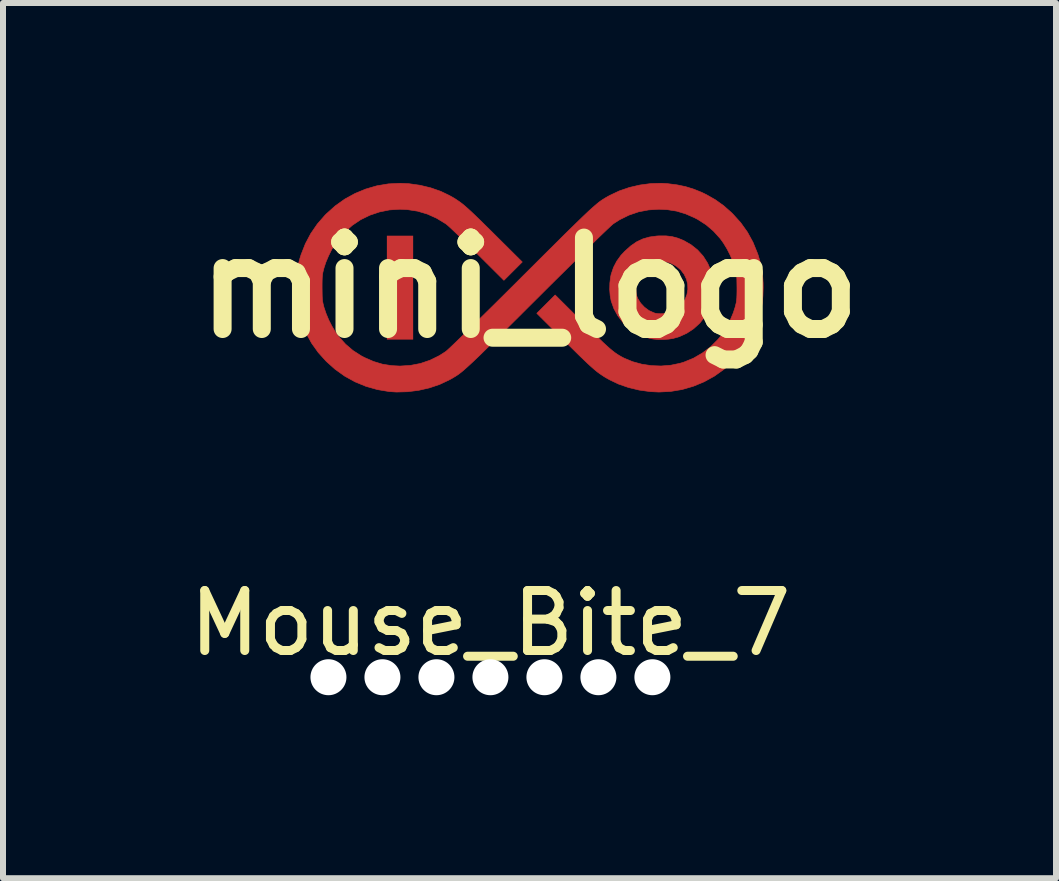
<source format=kicad_pcb>
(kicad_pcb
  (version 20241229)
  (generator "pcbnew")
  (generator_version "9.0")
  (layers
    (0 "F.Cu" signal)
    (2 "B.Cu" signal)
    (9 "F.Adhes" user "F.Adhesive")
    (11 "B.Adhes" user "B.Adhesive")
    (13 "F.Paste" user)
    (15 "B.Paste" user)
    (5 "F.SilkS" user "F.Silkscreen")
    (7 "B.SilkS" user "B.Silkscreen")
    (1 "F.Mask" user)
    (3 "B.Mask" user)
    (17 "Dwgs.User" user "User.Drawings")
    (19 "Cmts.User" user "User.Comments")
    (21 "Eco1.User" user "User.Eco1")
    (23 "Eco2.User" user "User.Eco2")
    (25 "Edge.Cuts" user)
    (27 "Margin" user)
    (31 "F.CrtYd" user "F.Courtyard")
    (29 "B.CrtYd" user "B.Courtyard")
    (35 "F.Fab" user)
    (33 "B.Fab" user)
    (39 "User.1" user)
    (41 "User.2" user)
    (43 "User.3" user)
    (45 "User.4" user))
  (footprint "Mouse_Bite_7"
    (layer "F.Cu")
    (at 5.125 8.339)
    (property "Reference" "Mouse_Bite_7" (at 0 -1 180) (layer "F.SilkS") (effects (font (size 1 1) (thickness 0.15))))
    (attr exclude_from_pos_files exclude_from_bom)
    (fp_arc (start -2.25 -1) (mid -2.542893 -0.292893) (end -3.25 0) (stroke (width 0.05) (type solid)) (layer "Eco1.User"))
    (fp_arc (start 3.25 0) (mid 2.542893 -0.292893) (end 2.25 -1) (stroke (width 0.05) (type solid)) (layer "Eco1.User"))
    (pad "" np_thru_hole circle (at -2.7 -0.1) (size 0.6 0.6) (drill 0.6) (layers "*.Cu" "*.Mask"))
    (pad "" np_thru_hole circle (at -1.8 -0.1) (size 0.6 0.6) (drill 0.6) (layers "*.Cu" "*.Mask"))
    (pad "" np_thru_hole circle (at -0.9 -0.1) (size 0.6 0.6) (drill 0.6) (layers "*.Cu" "*.Mask"))
    (pad "" np_thru_hole circle (at 0 -0.1) (size 0.6 0.6) (drill 0.6) (layers "*.Cu" "*.Mask"))
    (pad "" np_thru_hole circle (at 0.9 -0.1) (size 0.6 0.6) (drill 0.6) (layers "*.Cu" "*.Mask"))
    (pad "" np_thru_hole circle (at 1.8 -0.1) (size 0.6 0.6) (drill 0.6) (layers "*.Cu" "*.Mask"))
    (pad "" np_thru_hole circle (at 2.7 -0.1) (size 0.6 0.6) (drill 0.6) (layers "*.Cu" "*.Mask")))
  (footprint "mini_logo"
    (layer "F.Cu")
    (at 5.777 1.745)
    (property "Reference" "mini_logo" (at 0 0 0) (layer "F.SilkS") (effects (font (size 1.524 1.524) (thickness 0.3))))
    (attr through_hole)
    (fp_poly (pts (xy -1.94 0.866) (xy -2.378 0.866) (xy -2.378 -0.866) (xy -1.94 -0.866) (xy -1.94 0.866)) (stroke (width 0) (type solid)) (fill yes) (layer "F.Cu"))
    (fp_poly (pts (xy 2.275 -0.863) (xy 2.376 -0.851) (xy 2.473 -0.825) (xy 2.569 -0.786) (xy 2.693 -0.715) (xy 2.802 -0.628) (xy 2.895 -0.525) (xy 2.969 -0.408) (xy 3.025 -0.279) (xy 3.039 -0.236) (xy 3.057 -0.146) (xy 3.066 -0.043) (xy 3.065 0.063) (xy 3.054 0.165) (xy 3.039 0.236) (xy 2.99 0.366) (xy 2.922 0.485) (xy 2.837 0.592) (xy 2.736 0.684) (xy 2.623 0.759) (xy 2.499 0.816) (xy 2.393 0.847) (xy 2.321 0.858) (xy 2.237 0.864) (xy 2.149 0.864) (xy 2.068 0.857) (xy 2.015 0.849) (xy 1.884 0.809) (xy 1.762 0.748) (xy 1.651 0.67) (xy 1.553 0.576) (xy 1.471 0.468) (xy 1.406 0.349) (xy 1.361 0.223) (xy 1.344 0.131) (xy 1.336 0.029) (xy 1.337 0) (xy 1.772 0) (xy 1.773 0.056) (xy 1.777 0.096) (xy 1.784 0.13) (xy 1.798 0.165) (xy 1.805 0.182) (xy 1.852 0.258) (xy 1.916 0.326) (xy 1.991 0.382) (xy 2.073 0.419) (xy 2.098 0.427) (xy 2.132 0.432) (xy 2.179 0.435) (xy 2.225 0.434) (xy 2.276 0.43) (xy 2.319 0.42) (xy 2.365 0.403) (xy 2.395 0.388) (xy 2.478 0.336) (xy 2.544 0.271) (xy 2.593 0.196) (xy 2.624 0.115) (xy 2.639 0.029) (xy 2.636 -0.057) (xy 2.616 -0.141) (xy 2.578 -0.221) (xy 2.524 -0.293) (xy 2.452 -0.355) (xy 2.393 -0.389) (xy 2.348 -0.411) (xy 2.314 -0.423) (xy 2.28 -0.43) (xy 2.239 -0.432) (xy 2.2 -0.433) (xy 2.144 -0.431) (xy 2.103 -0.427) (xy 2.068 -0.418) (xy 2.031 -0.402) (xy 2.029 -0.402) (xy 1.953 -0.356) (xy 1.884 -0.295) (xy 1.829 -0.225) (xy 1.805 -0.182) (xy 1.789 -0.144) (xy 1.779 -0.11) (xy 1.774 -0.073) (xy 1.772 -0.025) (xy 1.772 0) (xy 1.337 0) (xy 1.339 -0.077) (xy 1.351 -0.176) (xy 1.361 -0.223) (xy 1.4 -0.338) (xy 1.454 -0.442) (xy 1.525 -0.54) (xy 1.587 -0.606) (xy 1.686 -0.695) (xy 1.784 -0.763) (xy 1.887 -0.812) (xy 1.998 -0.844) (xy 2.122 -0.861) (xy 2.16 -0.863) (xy 2.275 -0.863)) (stroke (width 0.01) (type solid)) (fill yes) (layer "F.Cu"))
    (fp_poly (pts (xy -2.011 -1.733) (xy -1.826 -1.707) (xy -1.648 -1.664) (xy -1.481 -1.606) (xy -1.339 -1.538) (xy -1.292 -1.512) (xy -1.249 -1.487) (xy -1.208 -1.46) (xy -1.167 -1.432) (xy -1.124 -1.4) (xy -1.078 -1.362) (xy -1.028 -1.318) (xy -0.97 -1.265) (xy -0.905 -1.203) (xy -0.829 -1.13) (xy -0.741 -1.043) (xy -0.639 -0.943) (xy -0.589 -0.893) (xy -0.121 -0.428) (xy -0.274 -0.275) (xy -0.427 -0.122) (xy -0.874 -0.567) (xy -0.961 -0.653) (xy -1.045 -0.735) (xy -1.124 -0.812) (xy -1.197 -0.882) (xy -1.262 -0.944) (xy -1.316 -0.995) (xy -1.359 -1.034) (xy -1.389 -1.059) (xy -1.397 -1.065) (xy -1.548 -1.157) (xy -1.704 -1.227) (xy -1.866 -1.275) (xy -2.035 -1.301) (xy -2.159 -1.307) (xy -2.333 -1.296) (xy -2.501 -1.262) (xy -2.661 -1.208) (xy -2.813 -1.134) (xy -2.954 -1.039) (xy -3.082 -0.926) (xy -3.18 -0.817) (xy -3.239 -0.734) (xy -3.298 -0.635) (xy -3.351 -0.528) (xy -3.396 -0.421) (xy -3.426 -0.329) (xy -3.437 -0.286) (xy -3.446 -0.249) (xy -3.451 -0.212) (xy -3.455 -0.171) (xy -3.457 -0.121) (xy -3.458 -0.056) (xy -3.458 0) (xy -3.457 0.078) (xy -3.456 0.138) (xy -3.454 0.184) (xy -3.45 0.223) (xy -3.443 0.26) (xy -3.434 0.298) (xy -3.426 0.329) (xy -3.392 0.43) (xy -3.347 0.538) (xy -3.293 0.644) (xy -3.234 0.742) (xy -3.18 0.817) (xy -3.067 0.942) (xy -2.943 1.048) (xy -2.803 1.138) (xy -2.749 1.166) (xy -2.6 1.231) (xy -2.451 1.276) (xy -2.298 1.3) (xy -2.159 1.307) (xy -1.985 1.296) (xy -1.818 1.264) (xy -1.657 1.209) (xy -1.503 1.133) (xy -1.397 1.065) (xy -1.378 1.049) (xy -1.344 1.018) (xy -1.295 0.972) (xy -1.231 0.911) (xy -1.153 0.835) (xy -1.062 0.747) (xy -0.959 0.646) (xy -0.844 0.532) (xy -0.717 0.407) (xy -0.579 0.271) (xy -0.432 0.125) (xy -0.275 -0.031) (xy -0.133 -0.173) (xy 0.034 -0.339) (xy 0.185 -0.49) (xy 0.322 -0.626) (xy 0.445 -0.748) (xy 0.555 -0.858) (xy 0.654 -0.955) (xy 0.742 -1.041) (xy 0.819 -1.116) (xy 0.887 -1.182) (xy 0.948 -1.24) (xy 1 -1.289) (xy 1.047 -1.331) (xy 1.088 -1.367) (xy 1.124 -1.398) (xy 1.156 -1.424) (xy 1.186 -1.446) (xy 1.214 -1.465) (xy 1.241 -1.482) (xy 1.267 -1.498) (xy 1.295 -1.514) (xy 1.324 -1.53) (xy 1.339 -1.538) (xy 1.495 -1.612) (xy 1.664 -1.67) (xy 1.841 -1.711) (xy 2.021 -1.735) (xy 2.199 -1.74) (xy 2.298 -1.734) (xy 2.457 -1.714) (xy 2.601 -1.684) (xy 2.737 -1.642) (xy 2.871 -1.588) (xy 2.947 -1.551) (xy 3.098 -1.465) (xy 3.236 -1.366) (xy 3.366 -1.251) (xy 3.388 -1.229) (xy 3.521 -1.082) (xy 3.633 -0.925) (xy 3.725 -0.757) (xy 3.799 -0.575) (xy 3.809 -0.548) (xy 3.845 -0.427) (xy 3.87 -0.314) (xy 3.886 -0.201) (xy 3.894 -0.078) (xy 3.895 0) (xy 3.891 0.132) (xy 3.881 0.249) (xy 3.861 0.362) (xy 3.831 0.477) (xy 3.809 0.548) (xy 3.737 0.731) (xy 3.647 0.901) (xy 3.538 1.06) (xy 3.409 1.208) (xy 3.388 1.229) (xy 3.24 1.362) (xy 3.08 1.476) (xy 2.909 1.57) (xy 2.73 1.644) (xy 2.544 1.698) (xy 2.352 1.73) (xy 2.157 1.74) (xy 2.011 1.733) (xy 1.826 1.707) (xy 1.648 1.664) (xy 1.481 1.606) (xy 1.339 1.538) (xy 1.292 1.512) (xy 1.249 1.487) (xy 1.208 1.46) (xy 1.167 1.432) (xy 1.124 1.4) (xy 1.078 1.362) (xy 1.028 1.318) (xy 0.97 1.265) (xy 0.905 1.203) (xy 0.829 1.13) (xy 0.741 1.043) (xy 0.639 0.943) (xy 0.589 0.893) (xy 0.121 0.428) (xy 0.274 0.275) (xy 0.427 0.122) (xy 0.88 0.573) (xy 0.987 0.68) (xy 1.079 0.771) (xy 1.159 0.848) (xy 1.227 0.914) (xy 1.286 0.968) (xy 1.337 1.014) (xy 1.383 1.052) (xy 1.423 1.083) (xy 1.462 1.11) (xy 1.499 1.133) (xy 1.536 1.154) (xy 1.576 1.175) (xy 1.718 1.234) (xy 1.872 1.276) (xy 2.032 1.3) (xy 2.194 1.306) (xy 2.355 1.293) (xy 2.509 1.261) (xy 2.572 1.242) (xy 2.733 1.176) (xy 2.882 1.089) (xy 3.019 0.985) (xy 3.141 0.863) (xy 3.18 0.817) (xy 3.239 0.734) (xy 3.298 0.635) (xy 3.351 0.528) (xy 3.396 0.421) (xy 3.426 0.329) (xy 3.437 0.286) (xy 3.446 0.249) (xy 3.451 0.212) (xy 3.455 0.171) (xy 3.457 0.121) (xy 3.458 0.056) (xy 3.458 0) (xy 3.457 -0.078) (xy 3.456 -0.138) (xy 3.454 -0.184) (xy 3.45 -0.223) (xy 3.443 -0.26) (xy 3.434 -0.298) (xy 3.426 -0.329) (xy 3.392 -0.43) (xy 3.347 -0.538) (xy 3.293 -0.644) (xy 3.234 -0.742) (xy 3.18 -0.817) (xy 3.067 -0.942) (xy 2.943 -1.048) (xy 2.803 -1.138) (xy 2.749 -1.166) (xy 2.6 -1.231) (xy 2.451 -1.276) (xy 2.298 -1.3) (xy 2.159 -1.307) (xy 1.985 -1.296) (xy 1.818 -1.264) (xy 1.657 -1.209) (xy 1.503 -1.133) (xy 1.397 -1.065) (xy 1.378 -1.049) (xy 1.344 -1.018) (xy 1.295 -0.972) (xy 1.231 -0.911) (xy 1.153 -0.836) (xy 1.063 -0.747) (xy 0.959 -0.646) (xy 0.844 -0.533) (xy 0.718 -0.408) (xy 0.581 -0.272) (xy 0.433 -0.126) (xy 0.277 0.029) (xy 0.133 0.173) (xy -0.034 0.339) (xy -0.185 0.49) (xy -0.322 0.626) (xy -0.445 0.748) (xy -0.556 0.858) (xy -0.654 0.955) (xy -0.742 1.041) (xy -0.819 1.117) (xy -0.888 1.183) (xy -0.948 1.24) (xy -1.001 1.289) (xy -1.047 1.331) (xy -1.088 1.367) (xy -1.124 1.398) (xy -1.157 1.424) (xy -1.186 1.446) (xy -1.214 1.465) (xy -1.241 1.482) (xy -1.268 1.498) (xy -1.295 1.514) (xy -1.324 1.53) (xy -1.339 1.538) (xy -1.498 1.613) (xy -1.67 1.671) (xy -1.85 1.712) (xy -2.034 1.735) (xy -2.218 1.74) (xy -2.34 1.732) (xy -2.537 1.699) (xy -2.727 1.645) (xy -2.909 1.57) (xy -3.081 1.475) (xy -3.243 1.359) (xy -3.388 1.229) (xy -3.521 1.082) (xy -3.633 0.925) (xy -3.725 0.757) (xy -3.799 0.575) (xy -3.809 0.548) (xy -3.845 0.427) (xy -3.87 0.314) (xy -3.886 0.201) (xy -3.894 0.078) (xy -3.895 0) (xy -3.891 -0.132) (xy -3.881 -0.249) (xy -3.861 -0.362) (xy -3.831 -0.477) (xy -3.809 -0.548) (xy -3.737 -0.731) (xy -3.647 -0.901) (xy -3.538 -1.06) (xy -3.409 -1.208) (xy -3.388 -1.229) (xy -3.24 -1.362) (xy -3.08 -1.476) (xy -2.909 -1.57) (xy -2.73 -1.644) (xy -2.544 -1.698) (xy -2.352 -1.73) (xy -2.157 -1.74) (xy -2.011 -1.733)) (stroke (width 0.01) (type solid)) (fill yes) (layer "F.Cu"))
    (fp_poly (pts (xy -1.94 0.866) (xy -2.378 0.866) (xy -2.378 -0.866) (xy -1.94 -0.866) (xy -1.94 0.866)) (stroke (width 0.01) (type solid)) (fill yes) (layer "F.Mask"))
    (fp_poly (pts (xy 2.275 -0.863) (xy 2.376 -0.851) (xy 2.473 -0.825) (xy 2.569 -0.786) (xy 2.693 -0.715) (xy 2.802 -0.628) (xy 2.895 -0.525) (xy 2.969 -0.408) (xy 3.025 -0.279) (xy 3.039 -0.236) (xy 3.057 -0.146) (xy 3.066 -0.043) (xy 3.065 0.063) (xy 3.054 0.165) (xy 3.039 0.236) (xy 2.99 0.366) (xy 2.922 0.485) (xy 2.837 0.592) (xy 2.736 0.684) (xy 2.623 0.759) (xy 2.499 0.816) (xy 2.393 0.847) (xy 2.321 0.858) (xy 2.237 0.864) (xy 2.149 0.864) (xy 2.068 0.857) (xy 2.015 0.849) (xy 1.884 0.809) (xy 1.762 0.748) (xy 1.651 0.67) (xy 1.553 0.576) (xy 1.471 0.468) (xy 1.406 0.349) (xy 1.361 0.223) (xy 1.344 0.131) (xy 1.336 0.029) (xy 1.337 0) (xy 1.772 0) (xy 1.773 0.056) (xy 1.777 0.096) (xy 1.784 0.13) (xy 1.798 0.165) (xy 1.805 0.182) (xy 1.852 0.258) (xy 1.916 0.326) (xy 1.991 0.382) (xy 2.073 0.419) (xy 2.098 0.427) (xy 2.132 0.432) (xy 2.179 0.435) (xy 2.225 0.434) (xy 2.276 0.43) (xy 2.319 0.42) (xy 2.365 0.403) (xy 2.395 0.388) (xy 2.478 0.336) (xy 2.544 0.271) (xy 2.593 0.196) (xy 2.624 0.115) (xy 2.639 0.029) (xy 2.636 -0.057) (xy 2.616 -0.141) (xy 2.578 -0.221) (xy 2.524 -0.293) (xy 2.452 -0.355) (xy 2.393 -0.389) (xy 2.348 -0.411) (xy 2.314 -0.423) (xy 2.28 -0.43) (xy 2.239 -0.432) (xy 2.2 -0.433) (xy 2.144 -0.431) (xy 2.103 -0.427) (xy 2.068 -0.418) (xy 2.031 -0.402) (xy 2.029 -0.402) (xy 1.953 -0.356) (xy 1.884 -0.295) (xy 1.829 -0.225) (xy 1.805 -0.182) (xy 1.789 -0.144) (xy 1.779 -0.11) (xy 1.774 -0.073) (xy 1.772 -0.025) (xy 1.772 0) (xy 1.337 0) (xy 1.339 -0.077) (xy 1.351 -0.176) (xy 1.361 -0.223) (xy 1.4 -0.338) (xy 1.454 -0.442) (xy 1.525 -0.54) (xy 1.587 -0.606) (xy 1.686 -0.695) (xy 1.784 -0.763) (xy 1.887 -0.812) (xy 1.998 -0.844) (xy 2.122 -0.861) (xy 2.16 -0.863) (xy 2.275 -0.863)) (stroke (width 0.01) (type solid)) (fill yes) (layer "F.Mask"))
    (fp_poly (pts (xy -2.011 -1.733) (xy -1.826 -1.707) (xy -1.648 -1.664) (xy -1.481 -1.606) (xy -1.339 -1.538) (xy -1.292 -1.512) (xy -1.249 -1.487) (xy -1.208 -1.46) (xy -1.167 -1.432) (xy -1.124 -1.4) (xy -1.078 -1.362) (xy -1.028 -1.318) (xy -0.97 -1.265) (xy -0.905 -1.203) (xy -0.829 -1.13) (xy -0.741 -1.043) (xy -0.639 -0.943) (xy -0.589 -0.893) (xy -0.121 -0.428) (xy -0.274 -0.275) (xy -0.427 -0.122) (xy -0.874 -0.567) (xy -0.961 -0.653) (xy -1.045 -0.735) (xy -1.124 -0.812) (xy -1.197 -0.882) (xy -1.262 -0.944) (xy -1.316 -0.995) (xy -1.359 -1.034) (xy -1.389 -1.059) (xy -1.397 -1.065) (xy -1.548 -1.157) (xy -1.704 -1.227) (xy -1.866 -1.275) (xy -2.035 -1.301) (xy -2.159 -1.307) (xy -2.333 -1.296) (xy -2.501 -1.262) (xy -2.661 -1.208) (xy -2.813 -1.134) (xy -2.954 -1.039) (xy -3.082 -0.926) (xy -3.18 -0.817) (xy -3.239 -0.734) (xy -3.298 -0.635) (xy -3.351 -0.528) (xy -3.396 -0.421) (xy -3.426 -0.329) (xy -3.437 -0.286) (xy -3.446 -0.249) (xy -3.451 -0.212) (xy -3.455 -0.171) (xy -3.457 -0.121) (xy -3.458 -0.056) (xy -3.458 0) (xy -3.457 0.078) (xy -3.456 0.138) (xy -3.454 0.184) (xy -3.45 0.223) (xy -3.443 0.26) (xy -3.434 0.298) (xy -3.426 0.329) (xy -3.392 0.43) (xy -3.347 0.538) (xy -3.293 0.644) (xy -3.234 0.742) (xy -3.18 0.817) (xy -3.067 0.942) (xy -2.943 1.048) (xy -2.803 1.138) (xy -2.749 1.166) (xy -2.6 1.231) (xy -2.451 1.276) (xy -2.298 1.3) (xy -2.159 1.307) (xy -1.985 1.296) (xy -1.818 1.264) (xy -1.657 1.209) (xy -1.503 1.133) (xy -1.397 1.065) (xy -1.378 1.049) (xy -1.344 1.018) (xy -1.295 0.972) (xy -1.231 0.911) (xy -1.153 0.835) (xy -1.062 0.747) (xy -0.959 0.646) (xy -0.844 0.532) (xy -0.717 0.407) (xy -0.579 0.271) (xy -0.432 0.125) (xy -0.275 -0.031) (xy -0.133 -0.173) (xy 0.034 -0.339) (xy 0.185 -0.49) (xy 0.322 -0.626) (xy 0.445 -0.748) (xy 0.555 -0.858) (xy 0.654 -0.955) (xy 0.742 -1.041) (xy 0.819 -1.116) (xy 0.887 -1.182) (xy 0.948 -1.24) (xy 1 -1.289) (xy 1.047 -1.331) (xy 1.088 -1.367) (xy 1.124 -1.398) (xy 1.156 -1.424) (xy 1.186 -1.446) (xy 1.214 -1.465) (xy 1.241 -1.482) (xy 1.267 -1.498) (xy 1.295 -1.514) (xy 1.324 -1.53) (xy 1.339 -1.538) (xy 1.495 -1.612) (xy 1.664 -1.67) (xy 1.841 -1.711) (xy 2.021 -1.735) (xy 2.199 -1.74) (xy 2.298 -1.734) (xy 2.457 -1.714) (xy 2.601 -1.684) (xy 2.737 -1.642) (xy 2.871 -1.588) (xy 2.947 -1.551) (xy 3.098 -1.465) (xy 3.236 -1.366) (xy 3.366 -1.251) (xy 3.388 -1.229) (xy 3.521 -1.082) (xy 3.633 -0.925) (xy 3.725 -0.757) (xy 3.799 -0.575) (xy 3.809 -0.548) (xy 3.845 -0.427) (xy 3.87 -0.314) (xy 3.886 -0.201) (xy 3.894 -0.078) (xy 3.895 0) (xy 3.891 0.132) (xy 3.881 0.249) (xy 3.861 0.362) (xy 3.831 0.477) (xy 3.809 0.548) (xy 3.737 0.731) (xy 3.647 0.901) (xy 3.538 1.06) (xy 3.409 1.208) (xy 3.388 1.229) (xy 3.24 1.362) (xy 3.08 1.476) (xy 2.909 1.57) (xy 2.73 1.644) (xy 2.544 1.698) (xy 2.352 1.73) (xy 2.157 1.74) (xy 2.011 1.733) (xy 1.826 1.707) (xy 1.648 1.664) (xy 1.481 1.606) (xy 1.339 1.538) (xy 1.292 1.512) (xy 1.249 1.487) (xy 1.208 1.46) (xy 1.167 1.432) (xy 1.124 1.4) (xy 1.078 1.362) (xy 1.028 1.318) (xy 0.97 1.265) (xy 0.905 1.203) (xy 0.829 1.13) (xy 0.741 1.043) (xy 0.639 0.943) (xy 0.589 0.893) (xy 0.121 0.428) (xy 0.274 0.275) (xy 0.427 0.122) (xy 0.88 0.573) (xy 0.987 0.68) (xy 1.079 0.771) (xy 1.159 0.848) (xy 1.227 0.914) (xy 1.286 0.968) (xy 1.337 1.014) (xy 1.383 1.052) (xy 1.423 1.083) (xy 1.462 1.11) (xy 1.499 1.133) (xy 1.536 1.154) (xy 1.576 1.175) (xy 1.718 1.234) (xy 1.872 1.276) (xy 2.032 1.3) (xy 2.194 1.306) (xy 2.355 1.293) (xy 2.509 1.261) (xy 2.572 1.242) (xy 2.733 1.176) (xy 2.882 1.089) (xy 3.019 0.985) (xy 3.141 0.863) (xy 3.18 0.817) (xy 3.239 0.734) (xy 3.298 0.635) (xy 3.351 0.528) (xy 3.396 0.421) (xy 3.426 0.329) (xy 3.437 0.286) (xy 3.446 0.249) (xy 3.451 0.212) (xy 3.455 0.171) (xy 3.457 0.121) (xy 3.458 0.056) (xy 3.458 0) (xy 3.457 -0.078) (xy 3.456 -0.138) (xy 3.454 -0.184) (xy 3.45 -0.223) (xy 3.443 -0.26) (xy 3.434 -0.298) (xy 3.426 -0.329) (xy 3.392 -0.43) (xy 3.347 -0.538) (xy 3.293 -0.644) (xy 3.234 -0.742) (xy 3.18 -0.817) (xy 3.067 -0.942) (xy 2.943 -1.048) (xy 2.803 -1.138) (xy 2.749 -1.166) (xy 2.6 -1.231) (xy 2.451 -1.276) (xy 2.298 -1.3) (xy 2.159 -1.307) (xy 1.985 -1.296) (xy 1.818 -1.264) (xy 1.657 -1.209) (xy 1.503 -1.133) (xy 1.397 -1.065) (xy 1.378 -1.049) (xy 1.344 -1.018) (xy 1.295 -0.972) (xy 1.231 -0.911) (xy 1.153 -0.836) (xy 1.063 -0.747) (xy 0.959 -0.646) (xy 0.844 -0.533) (xy 0.718 -0.408) (xy 0.581 -0.272) (xy 0.433 -0.126) (xy 0.277 0.029) (xy 0.133 0.173) (xy -0.034 0.339) (xy -0.185 0.49) (xy -0.322 0.626) (xy -0.445 0.748) (xy -0.556 0.858) (xy -0.654 0.955) (xy -0.742 1.041) (xy -0.819 1.117) (xy -0.888 1.183) (xy -0.948 1.24) (xy -1.001 1.289) (xy -1.047 1.331) (xy -1.088 1.367) (xy -1.124 1.398) (xy -1.157 1.424) (xy -1.186 1.446) (xy -1.214 1.465) (xy -1.241 1.482) (xy -1.268 1.498) (xy -1.295 1.514) (xy -1.324 1.53) (xy -1.339 1.538) (xy -1.498 1.613) (xy -1.67 1.671) (xy -1.85 1.712) (xy -2.034 1.735) (xy -2.218 1.74) (xy -2.34 1.732) (xy -2.537 1.699) (xy -2.727 1.645) (xy -2.909 1.57) (xy -3.081 1.475) (xy -3.243 1.359) (xy -3.388 1.229) (xy -3.521 1.082) (xy -3.633 0.925) (xy -3.725 0.757) (xy -3.799 0.575) (xy -3.809 0.548) (xy -3.845 0.427) (xy -3.87 0.314) (xy -3.886 0.201) (xy -3.894 0.078) (xy -3.895 0) (xy -3.891 -0.132) (xy -3.881 -0.249) (xy -3.861 -0.362) (xy -3.831 -0.477) (xy -3.809 -0.548) (xy -3.737 -0.731) (xy -3.647 -0.901) (xy -3.538 -1.06) (xy -3.409 -1.208) (xy -3.388 -1.229) (xy -3.24 -1.362) (xy -3.08 -1.476) (xy -2.909 -1.57) (xy -2.73 -1.644) (xy -2.544 -1.698) (xy -2.352 -1.73) (xy -2.157 -1.74) (xy -2.011 -1.733)) (stroke (width 0.01) (type solid)) (fill yes) (layer "F.Mask")))
  (gr_rect
    (start -3 -3)
    (end 14.553 11.589)
    (stroke (width 0.1) (type default))
    (fill no)
    (layer "Edge.Cuts")))
</source>
